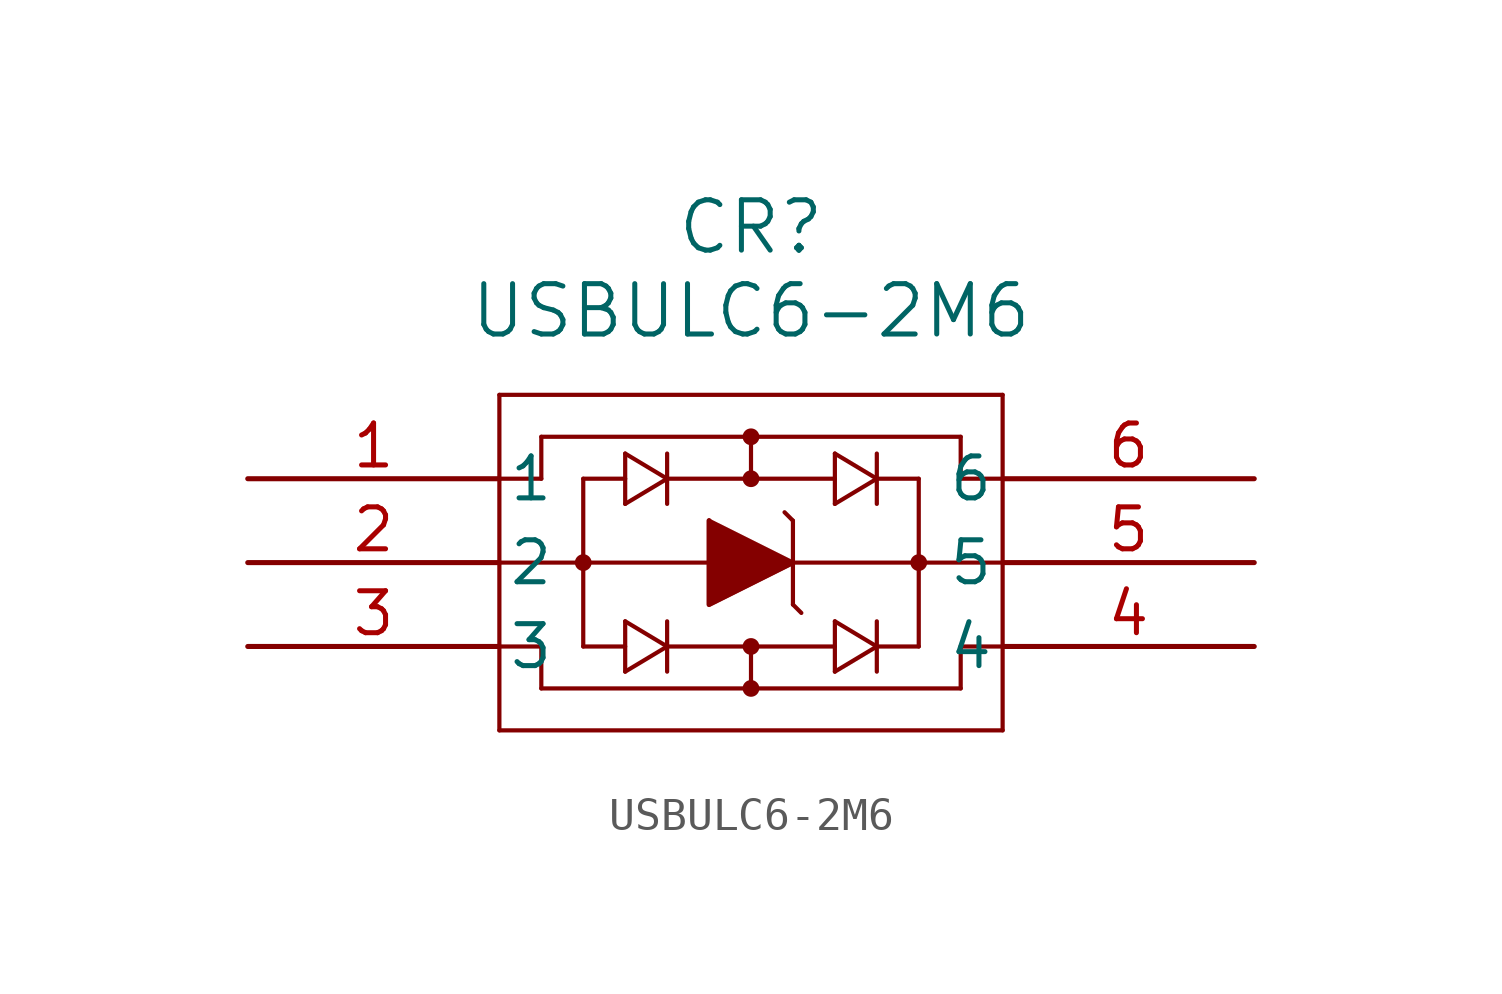
<source format=kicad_sym>
(kicad_symbol_lib
  (version 20211014)
  (generator kicad_symbol_editor)
  (symbol "USBULC6-2M6"
    (pin_names
      (offset 0.254))
    (property "Reference" "CR"
      (at 15.24 7.62 0)
      (effects (font (size 1.524 1.524))))
    (property "Value" "USBULC6-2M6"
      (at 15.24 5.08 0)
      (effects (font (size 1.524 1.524))))
    (symbol "USBULC6-2M6_0_1"
      (polyline (pts (xy 7.62 2.54) (xy 7.62 -7.62)) (stroke (width 0.127) (type default) (color 0 0 0 0)) (fill (type none)))
      (polyline (pts (xy 7.62 -7.62) (xy 22.86 -7.62)) (stroke (width 0.127) (type default) (color 0 0 0 0)) (fill (type none)))
      (polyline (pts (xy 22.86 -7.62) (xy 22.86 2.54)) (stroke (width 0.127) (type default) (color 0 0 0 0)) (fill (type none)))
      (polyline (pts (xy 22.86 2.54) (xy 7.62 2.54)) (stroke (width 0.127) (type default) (color 0 0 0 0)) (fill (type none)))
      (polyline (pts (xy 7.62 -2.54) (xy 22.86 -2.54)) (stroke (width 0.127) (type default) (color 0 0 0 0)) (fill (type none)))
      (polyline (pts (xy 13.97 -1.27) (xy 13.97 -3.81)) (stroke (width 0.127) (type default) (color 0 0 0 0)) (fill (type none)))
      (polyline (pts (xy 13.97 -3.81) (xy 16.51 -2.54)) (stroke (width 0.127) (type default) (color 0 0 0 0)) (fill (type none)))
      (polyline (pts (xy 16.51 -2.54) (xy 13.97 -1.27)) (stroke (width 0.127) (type default) (color 0 0 0 0)) (fill (type none)))
      (polyline (pts (xy 16.51 -1.27) (xy 16.51 -3.81)) (stroke (width 0.127) (type default) (color 0 0 0 0)) (fill (type none)))
      (polyline (pts (xy 16.51 -1.27) (xy 16.256 -1.016)) (stroke (width 0.127) (type default) (color 0 0 0 0)) (fill (type none)))
      (polyline (pts (xy 16.51 -3.81) (xy 16.764 -4.064)) (stroke (width 0.127) (type default) (color 0 0 0 0)) (fill (type none)))
      (polyline (pts (xy 15.24 1.27) (xy 15.24 0)) (stroke (width 0.127) (type default) (color 0 0 0 0)) (fill (type none)))
      (polyline (pts (xy 12.7 0) (xy 17.78 0)) (stroke (width 0.127) (type default) (color 0 0 0 0)) (fill (type none)))
      (polyline (pts (xy 15.24 -6.35) (xy 15.24 -5.08)) (stroke (width 0.127) (type default) (color 0 0 0 0)) (fill (type none)))
      (circle (center 15.24 -5.08) (radius 0.127) (stroke (width 0.254) (type default) (color 0 0 0 0)) (fill (type none)))
      (polyline (pts (xy 11.43 0.762) (xy 11.43 -0.762)) (stroke (width 0.127) (type default) (color 0 0 0 0)) (fill (type none)))
      (polyline (pts (xy 11.43 -0.762) (xy 12.7 0)) (stroke (width 0.127) (type default) (color 0 0 0 0)) (fill (type none)))
      (polyline (pts (xy 12.7 0) (xy 11.43 0.762)) (stroke (width 0.127) (type default) (color 0 0 0 0)) (fill (type none)))
      (polyline (pts (xy 12.7 0.762) (xy 12.7 -0.762)) (stroke (width 0.127) (type default) (color 0 0 0 0)) (fill (type none)))
      (circle (center 15.24 1.27) (radius 0.127) (stroke (width 0.254) (type default) (color 0 0 0 0)) (fill (type none)))
      (polyline (pts (xy 17.78 -0.762) (xy 17.78 0.762)) (stroke (width 0.127) (type default) (color 0 0 0 0)) (fill (type none)))
      (polyline (pts (xy 17.78 0.762) (xy 19.05 0)) (stroke (width 0.127) (type default) (color 0 0 0 0)) (fill (type none)))
      (polyline (pts (xy 19.05 0) (xy 17.78 -0.762)) (stroke (width 0.127) (type default) (color 0 0 0 0)) (fill (type none)))
      (polyline (pts (xy 19.05 -0.762) (xy 19.05 0.762)) (stroke (width 0.127) (type default) (color 0 0 0 0)) (fill (type none)))
      (polyline (pts (xy 17.78 -5.842) (xy 17.78 -4.318)) (stroke (width 0.127) (type default) (color 0 0 0 0)) (fill (type none)))
      (polyline (pts (xy 17.78 -4.318) (xy 19.05 -5.08)) (stroke (width 0.127) (type default) (color 0 0 0 0)) (fill (type none)))
      (polyline (pts (xy 19.05 -5.08) (xy 17.78 -5.842)) (stroke (width 0.127) (type default) (color 0 0 0 0)) (fill (type none)))
      (polyline (pts (xy 19.05 -5.842) (xy 19.05 -4.318)) (stroke (width 0.127) (type default) (color 0 0 0 0)) (fill (type none)))
      (polyline (pts (xy 12.7 -5.08) (xy 17.78 -5.08)) (stroke (width 0.127) (type default) (color 0 0 0 0)) (fill (type none)))
      (polyline (pts (xy 11.43 -4.318) (xy 11.43 -5.842)) (stroke (width 0.127) (type default) (color 0 0 0 0)) (fill (type none)))
      (polyline (pts (xy 11.43 -5.842) (xy 12.7 -5.08)) (stroke (width 0.127) (type default) (color 0 0 0 0)) (fill (type none)))
      (polyline (pts (xy 12.7 -5.08) (xy 11.43 -4.318)) (stroke (width 0.127) (type default) (color 0 0 0 0)) (fill (type none)))
      (polyline (pts (xy 12.7 -4.318) (xy 12.7 -5.842)) (stroke (width 0.127) (type default) (color 0 0 0 0)) (fill (type none)))
      (polyline (pts (xy 13.97 -1.27) (xy 13.97 -3.81) (xy 16.51 -2.54)) (stroke (width 0) (type default) (color 0 0 0 0)) (fill (type outline)))
      (polyline (pts (xy 7.62 0) (xy 8.89 0)) (stroke (width 0.127) (type default) (color 0 0 0 0)) (fill (type none)))
      (polyline (pts (xy 8.89 1.27) (xy 8.89 0)) (stroke (width 0.127) (type default) (color 0 0 0 0)) (fill (type none)))
      (polyline (pts (xy 8.89 1.27) (xy 21.59 1.27)) (stroke (width 0.127) (type default) (color 0 0 0 0)) (fill (type none)))
      (polyline (pts (xy 21.59 1.27) (xy 21.59 0)) (stroke (width 0.127) (type default) (color 0 0 0 0)) (fill (type none)))
      (polyline (pts (xy 21.59 0) (xy 22.86 0)) (stroke (width 0.127) (type default) (color 0 0 0 0)) (fill (type none)))
      (polyline (pts (xy 11.43 0) (xy 10.16 0)) (stroke (width 0.127) (type default) (color 0 0 0 0)) (fill (type none)))
      (polyline (pts (xy 10.16 0) (xy 10.16 -5.08)) (stroke (width 0.127) (type default) (color 0 0 0 0)) (fill (type none)))
      (polyline (pts (xy 11.43 -5.08) (xy 10.16 -5.08)) (stroke (width 0.127) (type default) (color 0 0 0 0)) (fill (type none)))
      (polyline (pts (xy 19.05 -5.08) (xy 20.32 -5.08)) (stroke (width 0.127) (type default) (color 0 0 0 0)) (fill (type none)))
      (polyline (pts (xy 20.32 -5.08) (xy 20.32 0)) (stroke (width 0.127) (type default) (color 0 0 0 0)) (fill (type none)))
      (polyline (pts (xy 19.05 0) (xy 20.32 0)) (stroke (width 0.127) (type default) (color 0 0 0 0)) (fill (type none)))
      (polyline (pts (xy 22.86 -5.08) (xy 21.59 -5.08)) (stroke (width 0.127) (type default) (color 0 0 0 0)) (fill (type none)))
      (polyline (pts (xy 21.59 -5.08) (xy 21.59 -6.35)) (stroke (width 0.127) (type default) (color 0 0 0 0)) (fill (type none)))
      (polyline (pts (xy 21.59 -6.35) (xy 8.89 -6.35)) (stroke (width 0.127) (type default) (color 0 0 0 0)) (fill (type none)))
      (polyline (pts (xy 8.89 -5.08) (xy 8.89 -6.35)) (stroke (width 0.127) (type default) (color 0 0 0 0)) (fill (type none)))
      (polyline (pts (xy 8.89 -5.08) (xy 7.62 -5.08)) (stroke (width 0.127) (type default) (color 0 0 0 0)) (fill (type none)))
      (circle (center 15.24 0) (radius 0.127) (stroke (width 0.254) (type default) (color 0 0 0 0)) (fill (type none)))
      (circle (center 15.24 -6.35) (radius 0.127) (stroke (width 0.254) (type default) (color 0 0 0 0)) (fill (type none)))
      (circle (center 10.16 -2.54) (radius 0.127) (stroke (width 0.254) (type default) (color 0 0 0 0)) (fill (type none)))
      (circle (center 20.32 -2.54) (radius 0.127) (stroke (width 0.254) (type default) (color 0 0 0 0)) (fill (type none)))
      (pin unspecified line (at 0 0 0) (length 7.62) (name "1" (effects (font (size 1.27 1.27)))) (number "1" (effects (font (size 1.27 1.27)))))
      (pin unspecified line (at 0 -2.54 0) (length 7.62) (name "2" (effects (font (size 1.27 1.27)))) (number "2" (effects (font (size 1.27 1.27)))))
      (pin unspecified line (at 0 -5.08 0) (length 7.62) (name "3" (effects (font (size 1.27 1.27)))) (number "3" (effects (font (size 1.27 1.27)))))
      (pin unspecified line (at 30.48 -5.08 180) (length 7.62) (name "4" (effects (font (size 1.27 1.27)))) (number "4" (effects (font (size 1.27 1.27)))))
      (pin unspecified line (at 30.48 -2.54 180) (length 7.62) (name "5" (effects (font (size 1.27 1.27)))) (number "5" (effects (font (size 1.27 1.27)))))
      (pin unspecified line (at 30.48 0 180) (length 7.62) (name "6" (effects (font (size 1.27 1.27)))) (number "6" (effects (font (size 1.27 1.27))))))))
</source>
